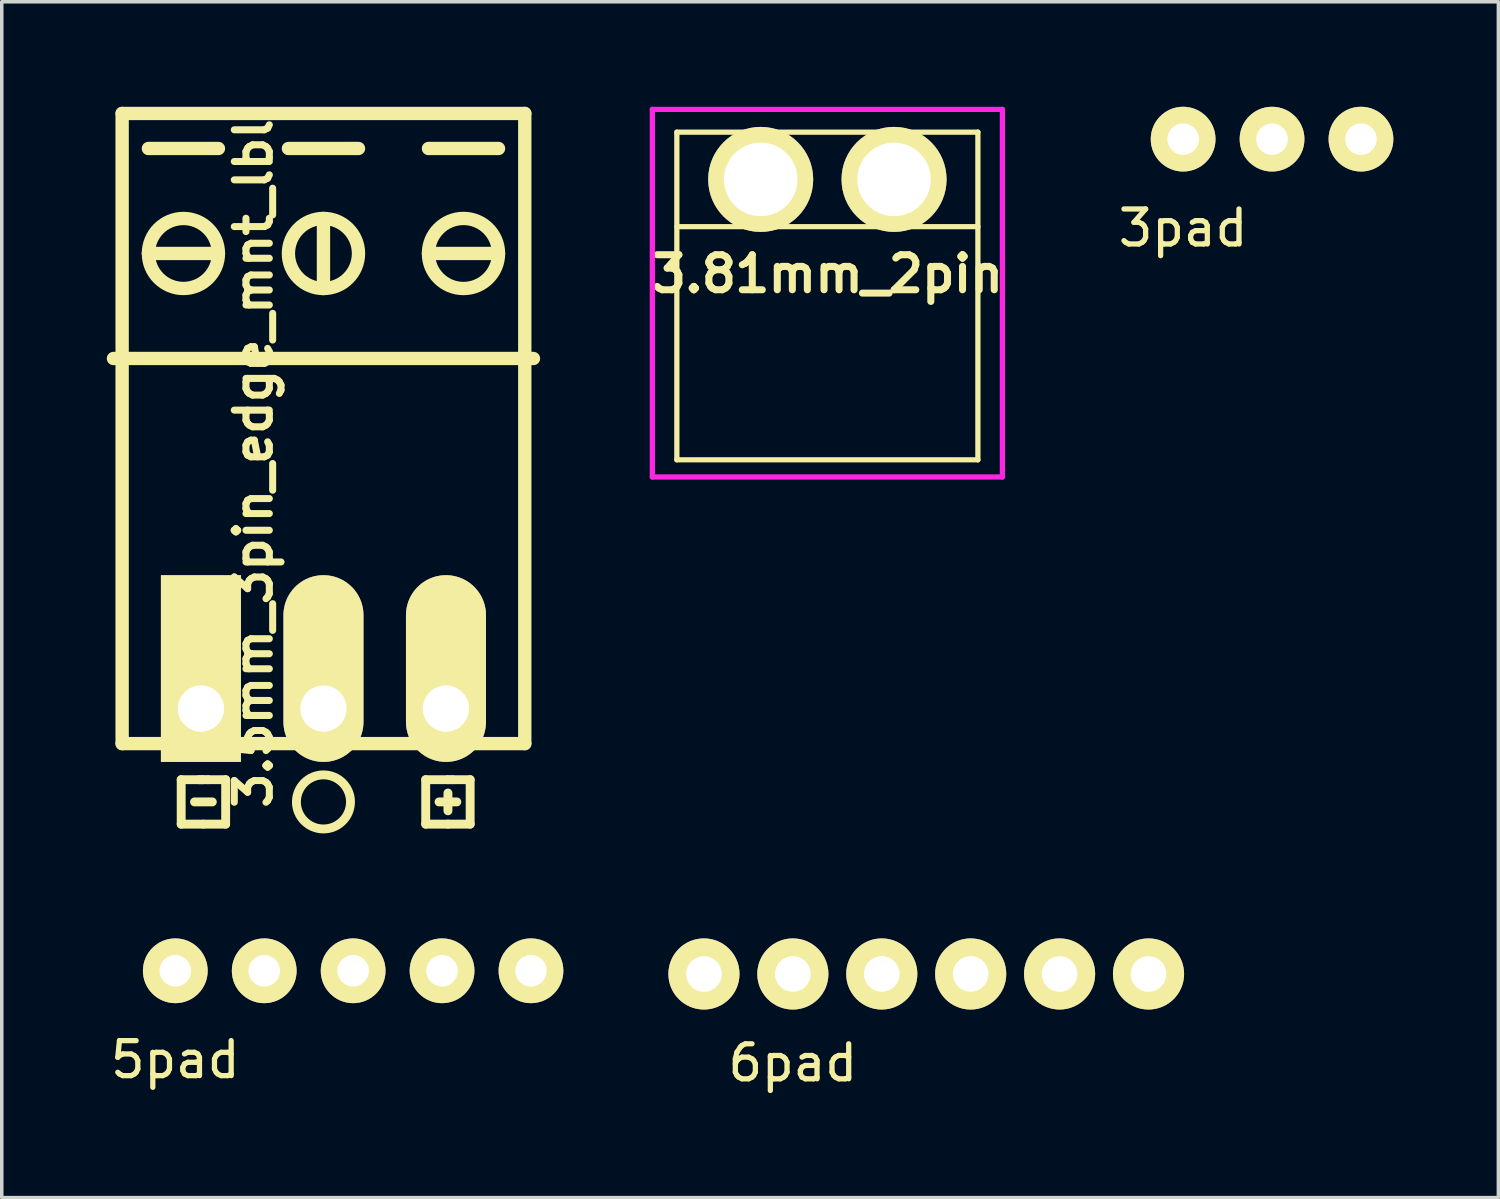
<source format=kicad_pcb>
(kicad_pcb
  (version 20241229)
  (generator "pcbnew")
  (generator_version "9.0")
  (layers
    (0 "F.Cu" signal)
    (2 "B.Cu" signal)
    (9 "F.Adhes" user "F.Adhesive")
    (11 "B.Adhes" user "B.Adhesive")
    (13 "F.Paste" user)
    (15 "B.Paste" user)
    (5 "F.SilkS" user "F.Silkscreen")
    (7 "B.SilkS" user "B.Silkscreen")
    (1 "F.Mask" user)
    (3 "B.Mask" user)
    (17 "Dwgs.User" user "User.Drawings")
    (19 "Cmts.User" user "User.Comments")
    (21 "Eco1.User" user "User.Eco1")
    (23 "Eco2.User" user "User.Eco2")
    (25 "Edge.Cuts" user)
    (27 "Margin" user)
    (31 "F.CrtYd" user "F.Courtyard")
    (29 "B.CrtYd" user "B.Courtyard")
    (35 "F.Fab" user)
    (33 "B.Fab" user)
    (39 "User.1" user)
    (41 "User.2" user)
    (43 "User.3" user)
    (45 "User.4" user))
  (footprint "6pad"
    (layer "F.Cu")
    (at 19.599 24.773)
    (property "Reference" "6pad" (at 0 2.54 0) (layer "F.SilkS") (effects (font (size 1 1) (thickness 0.15))))
    (attr through_hole)
    (pad "1" thru_hole circle (at -2.54 0) (size 2.032 2.032) (drill 1.016) (layers "*.Cu" "*.Mask" "F.SilkS"))
    (pad "1" thru_hole circle (at 0 0) (size 2.032 2.032) (drill 1.016) (layers "*.Cu" "*.Mask" "F.SilkS"))
    (pad "1" thru_hole circle (at 2.54 0) (size 2.032 2.032) (drill 1.016) (layers "*.Cu" "*.Mask" "F.SilkS"))
    (pad "1" thru_hole circle (at 5.08 0) (size 2.032 2.032) (drill 1.016) (layers "*.Cu" "*.Mask" "F.SilkS"))
    (pad "1" thru_hole circle (at 7.62 0) (size 2.032 2.032) (drill 1.016) (layers "*.Cu" "*.Mask" "F.SilkS"))
    (pad "1" thru_hole circle (at 10.16 0) (size 2.032 2.032) (drill 1.016) (layers "*.Cu" "*.Mask" "F.SilkS")))
  (footprint "3.81mm_2pin"
    (layer "F.Cu")
    (at 20.585 2.075)
    (property "Reference" "3.81mm_2pin" (at 0 2.7 180) (layer "F.SilkS") (effects (font (size 1.001 1.001) (thickness 0.201))))
    (attr through_hole)
    (fp_line (start -4.3 -1.35) (end -4.3 8.01) (stroke (width 0.15) (type solid)) (layer "F.SilkS"))
    (fp_line (start -4.3 1.35) (end 4.3 1.35) (stroke (width 0.15) (type solid)) (layer "F.SilkS"))
    (fp_line (start -4.3 8.01) (end 4.3 8.01) (stroke (width 0.15) (type solid)) (layer "F.SilkS"))
    (fp_line (start -2.505 -0.6) (end -2.505 0.6) (stroke (width 0.15) (type solid)) (layer "F.SilkS"))
    (fp_line (start -2.505 0.6) (end -1.305 0.6) (stroke (width 0.15) (type solid)) (layer "F.SilkS"))
    (fp_line (start -1.305 -0.6) (end -2.505 -0.6) (stroke (width 0.15) (type solid)) (layer "F.SilkS"))
    (fp_line (start -1.305 0.6) (end -1.305 -0.6) (stroke (width 0.15) (type solid)) (layer "F.SilkS"))
    (fp_line (start 1.305 -0.6) (end 1.305 0.6) (stroke (width 0.15) (type solid)) (layer "F.SilkS"))
    (fp_line (start 1.305 0.6) (end 2.505 0.6) (stroke (width 0.15) (type solid)) (layer "F.SilkS"))
    (fp_line (start 2.505 -0.6) (end 1.305 -0.6) (stroke (width 0.15) (type solid)) (layer "F.SilkS"))
    (fp_line (start 2.505 0.6) (end 2.505 -0.6) (stroke (width 0.15) (type solid)) (layer "F.SilkS"))
    (fp_line (start 4.3 -1.35) (end -4.3 -1.35) (stroke (width 0.15) (type solid)) (layer "F.SilkS"))
    (fp_line (start 4.3 8.01) (end 4.3 -1.35) (stroke (width 0.15) (type solid)) (layer "F.SilkS"))
    (fp_line (start -5 -2) (end 5 -2) (stroke (width 0.15) (type solid)) (layer "F.CrtYd"))
    (fp_line (start -5 8.5) (end -5 -2) (stroke (width 0.15) (type solid)) (layer "F.CrtYd"))
    (fp_line (start 5 -2) (end 5 8.5) (stroke (width 0.15) (type solid)) (layer "F.CrtYd"))
    (fp_line (start 5 8.5) (end -5 8.5) (stroke (width 0.15) (type solid)) (layer "F.CrtYd"))
    (pad "1" thru_hole circle (at -1.905 0) (size 3 3) (drill 2.1) (layers "*.Cu" "*.Mask" "F.SilkS"))
    (pad "2" thru_hole circle (at 1.905 0) (size 3 3) (drill 2.1) (layers "*.Cu" "*.Mask" "F.SilkS")))
  (footprint "3pad"
    (layer "F.Cu")
    (at 30.748 0.925)
    (property "Reference" "3pad" (at 0 2.54 0) (layer "F.SilkS") (effects (font (size 1 1) (thickness 0.15))))
    (attr through_hole)
    (pad "1" thru_hole circle (at 0 0) (size 1.85 1.85) (drill 0.9) (layers "*.Cu" "*.Mask" "F.SilkS"))
    (pad "1" thru_hole circle (at 2.54 0) (size 1.85 1.85) (drill 0.9) (layers "*.Cu" "*.Mask" "F.SilkS"))
    (pad "1" thru_hole circle (at 5.08 0) (size 1.85 1.85) (drill 0.9) (layers "*.Cu" "*.Mask" "F.SilkS")))
  (footprint "5pad"
    (layer "F.Cu")
    (at 1.958 24.682)
    (property "Reference" "5pad" (at 0 2.54 0) (layer "F.SilkS") (effects (font (size 1 1) (thickness 0.15))))
    (attr through_hole)
    (pad "1" thru_hole circle (at 0 0) (size 1.85 1.85) (drill 0.9) (layers "*.Cu" "*.Mask" "F.SilkS"))
    (pad "2" thru_hole circle (at 2.54 0) (size 1.85 1.85) (drill 0.9) (layers "*.Cu" "*.Mask" "F.SilkS"))
    (pad "3" thru_hole circle (at 5.08 0) (size 1.85 1.85) (drill 0.9) (layers "*.Cu" "*.Mask" "F.SilkS"))
    (pad "4" thru_hole circle (at 7.62 0) (size 1.85 1.85) (drill 0.9) (layers "*.Cu" "*.Mask" "F.SilkS"))
    (pad "5" thru_hole circle (at 10.16 0) (size 1.85 1.85) (drill 0.9) (layers "*.Cu" "*.Mask" "F.SilkS")))
  (footprint "3.5mm_3pin_edge_mnt_lbl"
    (layer "F.Cu")
    (at 6.19 17.191)
    (property "Reference" "3.5mm_3pin_edge_mnt_lbl" (at -1.999 -7 90) (layer "F.SilkS") (effects (font (size 1.001 1.001) (thickness 0.201))))
    (attr through_hole)
    (fp_line (start -5.751 -17) (end 5.751 -17) (stroke (width 0.381) (type solid)) (layer "F.SilkS"))
    (fp_line (start -5.751 1.001) (end -5.751 -17) (stroke (width 0.381) (type solid)) (layer "F.SilkS"))
    (fp_line (start -5.001 -15.999) (end -3 -15.999) (stroke (width 0.381) (type solid)) (layer "F.SilkS"))
    (fp_line (start -5.001 -13) (end -3 -13) (stroke (width 0.381) (type solid)) (layer "F.SilkS"))
    (fp_line (start -4.064 2.032) (end -4.064 3.302) (stroke (width 0.254) (type solid)) (layer "F.SilkS"))
    (fp_line (start -4.064 3.302) (end -3.429 3.302) (stroke (width 0.254) (type solid)) (layer "F.SilkS"))
    (fp_line (start -3.683 2.667) (end -3.175 2.667) (stroke (width 0.254) (type solid)) (layer "F.SilkS"))
    (fp_line (start -3.429 2.032) (end -4.064 2.032) (stroke (width 0.254) (type solid)) (layer "F.SilkS"))
    (fp_line (start -3.429 3.302) (end -2.794 3.302) (stroke (width 0.254) (type solid)) (layer "F.SilkS"))
    (fp_line (start -3.302 2.032) (end -3.556 2.032) (stroke (width 0.254) (type solid)) (layer "F.SilkS"))
    (fp_line (start -2.794 2.032) (end -3.302 2.032) (stroke (width 0.254) (type solid)) (layer "F.SilkS"))
    (fp_line (start -2.794 3.302) (end -2.794 2.032) (stroke (width 0.254) (type solid)) (layer "F.SilkS"))
    (fp_line (start -1.001 -15.999) (end 1.001 -15.999) (stroke (width 0.381) (type solid)) (layer "F.SilkS"))
    (fp_line (start 0 -14) (end 0 -11.999) (stroke (width 0.381) (type solid)) (layer "F.SilkS"))
    (fp_line (start 2.921 2.032) (end 2.921 3.302) (stroke (width 0.254) (type solid)) (layer "F.SilkS"))
    (fp_line (start 2.921 3.302) (end 3.556 3.302) (stroke (width 0.254) (type solid)) (layer "F.SilkS"))
    (fp_line (start 3 -15.999) (end 5.001 -15.999) (stroke (width 0.381) (type solid)) (layer "F.SilkS"))
    (fp_line (start 3 -13) (end 5.001 -13) (stroke (width 0.381) (type solid)) (layer "F.SilkS"))
    (fp_line (start 3.302 2.667) (end 3.81 2.667) (stroke (width 0.254) (type solid)) (layer "F.SilkS"))
    (fp_line (start 3.556 2.032) (end 2.921 2.032) (stroke (width 0.254) (type solid)) (layer "F.SilkS"))
    (fp_line (start 3.556 2.032) (end 3.683 2.032) (stroke (width 0.254) (type solid)) (layer "F.SilkS"))
    (fp_line (start 3.556 2.413) (end 3.556 2.921) (stroke (width 0.254) (type solid)) (layer "F.SilkS"))
    (fp_line (start 3.556 3.302) (end 4.191 3.302) (stroke (width 0.254) (type solid)) (layer "F.SilkS"))
    (fp_line (start 4.191 2.032) (end 3.683 2.032) (stroke (width 0.254) (type solid)) (layer "F.SilkS"))
    (fp_line (start 4.191 3.302) (end 4.191 2.032) (stroke (width 0.254) (type solid)) (layer "F.SilkS"))
    (fp_line (start 5.751 -17) (end 5.751 1.001) (stroke (width 0.381) (type solid)) (layer "F.SilkS"))
    (fp_line (start 5.751 1.001) (end -5.751 1.001) (stroke (width 0.381) (type solid)) (layer "F.SilkS"))
    (fp_line (start 5.999 -10) (end -5.999 -10) (stroke (width 0.381) (type solid)) (layer "F.SilkS"))
    (fp_circle (center -4 -13) (end -3 -13) (stroke (width 0.381) (type solid)) (fill no) (layer "F.SilkS"))
    (fp_circle (center 0 -13) (end 0 -11.999) (stroke (width 0.381) (type solid)) (fill no) (layer "F.SilkS"))
    (fp_circle (center 0 2.667) (end 0.762 2.794) (stroke (width 0.254) (type solid)) (fill no) (layer "F.SilkS"))
    (fp_circle (center 4 -13) (end 5.001 -13) (stroke (width 0.381) (type solid)) (fill no) (layer "F.SilkS"))
    (pad "1" thru_hole rect (at -3.5 0) (size 2.286 5.334) (drill 1.321 (offset 0 -1.143)) (layers "*.Cu" "*.Mask" "F.SilkS"))
    (pad "2" thru_hole oval (at 0 0) (size 2.286 5.334) (drill 1.321 (offset 0 -1.143)) (layers "*.Cu" "*.Mask" "F.SilkS"))
    (pad "3" thru_hole oval (at 3.5 0) (size 2.286 5.334) (drill 1.321 (offset 0 -1.143)) (layers "*.Cu" "*.Mask" "F.SilkS")))
  (gr_rect
    (start -3 -3)
    (end 39.753 31.161)
    (stroke (width 0.1) (type default))
    (fill no)
    (layer "Edge.Cuts")))
</source>
